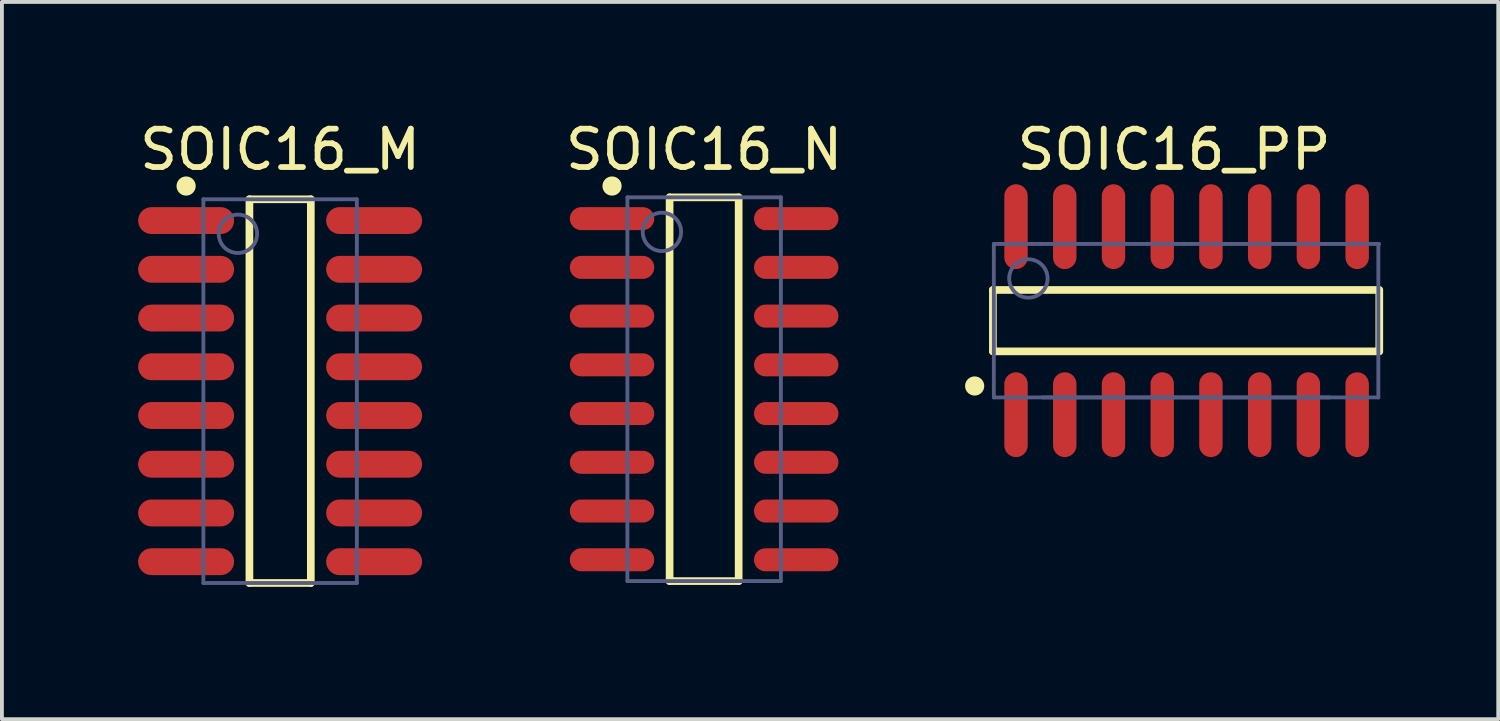
<source format=kicad_pcb>
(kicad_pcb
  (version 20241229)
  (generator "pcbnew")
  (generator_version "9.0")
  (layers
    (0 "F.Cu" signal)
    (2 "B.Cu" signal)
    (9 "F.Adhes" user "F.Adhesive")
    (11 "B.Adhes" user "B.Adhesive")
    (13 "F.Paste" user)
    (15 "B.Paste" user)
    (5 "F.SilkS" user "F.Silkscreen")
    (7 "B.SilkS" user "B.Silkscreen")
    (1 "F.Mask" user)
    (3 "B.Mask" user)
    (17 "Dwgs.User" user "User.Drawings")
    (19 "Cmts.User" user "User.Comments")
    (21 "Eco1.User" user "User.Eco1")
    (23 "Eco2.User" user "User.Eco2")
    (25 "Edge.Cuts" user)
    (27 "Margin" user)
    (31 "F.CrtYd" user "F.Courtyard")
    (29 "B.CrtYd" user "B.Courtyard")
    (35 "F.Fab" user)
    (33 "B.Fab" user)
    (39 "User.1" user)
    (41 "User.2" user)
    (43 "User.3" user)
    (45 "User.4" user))
  (footprint "SOIC16_M"
    (layer "F.Cu")
    (at 4.25 7.143)
    (property "Reference" "SOIC16_M" (at 0 -6.295 0) (layer "F.SilkS") (effects (font (size 1 1) (thickness 0.15))))
    (fp_line (start -0.8 -5) (end 0.8 -5) (stroke (width 0.2) (type solid)) (layer "F.SilkS"))
    (fp_line (start -0.8 5) (end -0.8 -5) (stroke (width 0.2) (type solid)) (layer "F.SilkS"))
    (fp_line (start -0.8 5) (end 0.8 5) (stroke (width 0.2) (type solid)) (layer "F.SilkS"))
    (fp_line (start 0.8 5) (end 0.8 -5) (stroke (width 0.2) (type solid)) (layer "F.SilkS"))
    (fp_circle (center -2.45 -5.345) (end -2.45 -5.47) (stroke (width 0.25) (type solid)) (fill no) (layer "F.SilkS"))
    (fp_line (start -4.2 -5.5) (end 4.2 -5.5) (stroke (width 0.1) (type solid)) (layer "Eco2.User"))
    (fp_line (start -4.2 5.5) (end -4.2 -5.5) (stroke (width 0.1) (type solid)) (layer "Eco2.User"))
    (fp_line (start -4.2 5.5) (end 4.2 5.5) (stroke (width 0.1) (type solid)) (layer "Eco2.User"))
    (fp_line (start -0.5 0) (end 0.5 0) (stroke (width 0.1) (type solid)) (layer "Eco2.User"))
    (fp_line (start 0 0.5) (end 0 -0.5) (stroke (width 0.1) (type solid)) (layer "Eco2.User"))
    (fp_line (start 4.2 5.5) (end 4.2 -5.5) (stroke (width 0.1) (type solid)) (layer "Eco2.User"))
    (fp_line (start -2 -5) (end 2 -5) (stroke (width 0.1) (type solid)) (layer "B.Fab"))
    (fp_line (start -2 5) (end -2 -5) (stroke (width 0.1) (type solid)) (layer "B.Fab"))
    (fp_line (start -2 5) (end 2 5) (stroke (width 0.1) (type solid)) (layer "B.Fab"))
    (fp_line (start 2 5) (end 2 -5) (stroke (width 0.1) (type solid)) (layer "B.Fab"))
    (fp_circle (center -1.1 -4.1) (end -1.1 -4.6) (stroke (width 0.1) (type solid)) (fill no) (layer "B.Fab"))
    (pad "1" smd oval (at -2.45 -4.445 90) (size 0.7 2.5) (layers "F.Cu" "F.Mask" "F.Paste"))
    (pad "2" smd oval (at -2.45 -3.175 90) (size 0.7 2.5) (layers "F.Cu" "F.Mask" "F.Paste"))
    (pad "3" smd oval (at -2.45 -1.905 90) (size 0.7 2.5) (layers "F.Cu" "F.Mask" "F.Paste"))
    (pad "4" smd oval (at -2.45 -0.635 90) (size 0.7 2.5) (layers "F.Cu" "F.Mask" "F.Paste"))
    (pad "5" smd oval (at -2.45 0.635 90) (size 0.7 2.5) (layers "F.Cu" "F.Mask" "F.Paste"))
    (pad "6" smd oval (at -2.45 1.905 90) (size 0.7 2.5) (layers "F.Cu" "F.Mask" "F.Paste"))
    (pad "7" smd oval (at -2.45 3.175 90) (size 0.7 2.5) (layers "F.Cu" "F.Mask" "F.Paste"))
    (pad "8" smd oval (at -2.45 4.445 90) (size 0.7 2.5) (layers "F.Cu" "F.Mask" "F.Paste"))
    (pad "9" smd oval (at 2.45 4.445 90) (size 0.7 2.5) (layers "F.Cu" "F.Mask" "F.Paste"))
    (pad "10" smd oval (at 2.45 3.175 90) (size 0.7 2.5) (layers "F.Cu" "F.Mask" "F.Paste"))
    (pad "11" smd oval (at 2.45 1.905 90) (size 0.7 2.5) (layers "F.Cu" "F.Mask" "F.Paste"))
    (pad "12" smd oval (at 2.45 0.635 90) (size 0.7 2.5) (layers "F.Cu" "F.Mask" "F.Paste"))
    (pad "13" smd oval (at 2.45 -0.635 90) (size 0.7 2.5) (layers "F.Cu" "F.Mask" "F.Paste"))
    (pad "14" smd oval (at 2.45 -1.905 90) (size 0.7 2.5) (layers "F.Cu" "F.Mask" "F.Paste"))
    (pad "15" smd oval (at 2.45 -3.175 90) (size 0.7 2.5) (layers "F.Cu" "F.Mask" "F.Paste"))
    (pad "16" smd oval (at 2.45 -4.445 90) (size 0.7 2.5) (layers "F.Cu" "F.Mask" "F.Paste")))
  (footprint "SOIC16_PP"
    (layer "F.Cu")
    (at 27.047 5.231)
    (property "Reference" "SOIC16_PP" (at 0.5 -4.383 0) (layer "F.SilkS") (effects (font (size 1 1) (thickness 0.15))))
    (fp_line (start -4.222 -0.724) (end 5.842 -0.724) (stroke (width 0.2) (type solid)) (layer "F.SilkS"))
    (fp_line (start -4.222 0.876) (end -4.222 -0.724) (stroke (width 0.2) (type solid)) (layer "F.SilkS"))
    (fp_line (start -4.222 0.876) (end 5.842 0.876) (stroke (width 0.2) (type solid)) (layer "F.SilkS"))
    (fp_line (start 5.848 0.876) (end 5.848 -0.724) (stroke (width 0.2) (type solid)) (layer "F.SilkS"))
    (fp_circle (center -4.697 1.778) (end -4.697 1.653) (stroke (width 0.25) (type solid)) (fill no) (layer "F.SilkS"))
    (fp_rect (start -3.226 -3.683) (end -4.013 -2.286) (stroke (width 0) (type default)) (fill yes) (layer "F.Paste"))
    (fp_rect (start -3.226 2.413) (end -4.013 3.81) (stroke (width 0) (type default)) (fill yes) (layer "F.Paste"))
    (fp_rect (start -1.956 -3.683) (end -2.743 -2.286) (stroke (width 0) (type default)) (fill yes) (layer "F.Paste"))
    (fp_rect (start -1.956 2.413) (end -2.743 3.81) (stroke (width 0) (type default)) (fill yes) (layer "F.Paste"))
    (fp_rect (start -0.686 -3.683) (end -1.473 -2.286) (stroke (width 0) (type default)) (fill yes) (layer "F.Paste"))
    (fp_rect (start -0.686 2.413) (end -1.473 3.81) (stroke (width 0) (type default)) (fill yes) (layer "F.Paste"))
    (fp_rect (start 0.584 -3.683) (end -0.203 -2.286) (stroke (width 0) (type default)) (fill yes) (layer "F.Paste"))
    (fp_rect (start 0.584 2.413) (end -0.203 3.81) (stroke (width 0) (type default)) (fill yes) (layer "F.Paste"))
    (fp_rect (start 1.854 -3.683) (end 1.067 -2.286) (stroke (width 0) (type default)) (fill yes) (layer "F.Paste"))
    (fp_rect (start 1.854 2.413) (end 1.067 3.81) (stroke (width 0) (type default)) (fill yes) (layer "F.Paste"))
    (fp_rect (start 3.124 -3.683) (end 2.337 -2.286) (stroke (width 0) (type default)) (fill yes) (layer "F.Paste"))
    (fp_rect (start 3.124 2.413) (end 2.337 3.81) (stroke (width 0) (type default)) (fill yes) (layer "F.Paste"))
    (fp_rect (start 4.394 -3.683) (end 3.607 -2.286) (stroke (width 0) (type default)) (fill yes) (layer "F.Paste"))
    (fp_rect (start 4.394 2.413) (end 3.607 3.81) (stroke (width 0) (type default)) (fill yes) (layer "F.Paste"))
    (fp_rect (start 5.664 -3.683) (end 4.877 -2.286) (stroke (width 0) (type default)) (fill yes) (layer "F.Paste"))
    (fp_rect (start 5.664 2.413) (end 4.877 3.81) (stroke (width 0) (type default)) (fill yes) (layer "F.Paste"))
    (fp_line (start -0.322 0.076) (end 0.678 0.076) (stroke (width 0.1) (type solid)) (layer "Eco2.User"))
    (fp_line (start 0.178 0.576) (end 0.178 -0.424) (stroke (width 0.1) (type solid)) (layer "Eco2.User"))
    (fp_line (start -4.197 -1.924) (end 5.842 -1.924) (stroke (width 0.1) (type solid)) (layer "B.Fab"))
    (fp_line (start -4.197 2.076) (end -4.197 -1.924) (stroke (width 0.1) (type solid)) (layer "B.Fab"))
    (fp_line (start -4.197 2.076) (end 4.553 2.076) (stroke (width 0.1) (type solid)) (layer "B.Fab"))
    (fp_line (start -2.927 2.076) (end 5.823 2.076) (stroke (width 0.1) (type solid)) (layer "B.Fab"))
    (fp_line (start 5.823 2.076) (end 5.823 -1.924) (stroke (width 0.1) (type solid)) (layer "B.Fab"))
    (fp_circle (center -3.297 -1.024) (end -3.297 -1.524) (stroke (width 0.1) (type solid)) (fill no) (layer "B.Fab"))
    (pad "1" smd oval (at -3.619 2.526 180) (size 0.61 2.21) (layers "F.Cu" "F.Mask" "F.Paste"))
    (pad "2" smd oval (at -2.349 2.526 180) (size 0.61 2.21) (layers "F.Cu" "F.Mask" "F.Paste"))
    (pad "3" smd oval (at -1.079 2.526 180) (size 0.61 2.21) (layers "F.Cu" "F.Mask" "F.Paste"))
    (pad "4" smd oval (at 0.191 2.526 180) (size 0.61 2.21) (layers "F.Cu" "F.Mask" "F.Paste"))
    (pad "5" smd oval (at 1.46 2.526 180) (size 0.61 2.21) (layers "F.Cu" "F.Mask" "F.Paste"))
    (pad "6" smd oval (at 2.731 2.526 180) (size 0.61 2.21) (layers "F.Cu" "F.Mask" "F.Paste"))
    (pad "7" smd oval (at 4 2.526 180) (size 0.61 2.21) (layers "F.Cu" "F.Mask" "F.Paste"))
    (pad "8" smd oval (at 5.271 2.526 180) (size 0.61 2.21) (layers "F.Cu" "F.Mask" "F.Paste"))
    (pad "9" smd oval (at 5.271 -2.374 180) (size 0.61 2.21) (layers "F.Cu" "F.Mask" "F.Paste"))
    (pad "10" smd oval (at 4 -2.374 180) (size 0.61 2.21) (layers "F.Cu" "F.Mask" "F.Paste"))
    (pad "11" smd oval (at 2.731 -2.374 180) (size 0.61 2.21) (layers "F.Cu" "F.Mask" "F.Paste"))
    (pad "12" smd oval (at 1.46 -2.374 180) (size 0.61 2.21) (layers "F.Cu" "F.Mask" "F.Paste"))
    (pad "13" smd oval (at 0.191 -2.374 180) (size 0.61 2.21) (layers "F.Cu" "F.Mask" "F.Paste"))
    (pad "14" smd oval (at -1.079 -2.374 180) (size 0.61 2.21) (layers "F.Cu" "F.Mask" "F.Paste"))
    (pad "15" smd oval (at -2.349 -2.374 180) (size 0.61 2.21) (layers "F.Cu" "F.Mask" "F.Paste"))
    (pad "16" smd oval (at -3.619 -2.374 180) (size 0.61 2.21) (layers "F.Cu" "F.Mask" "F.Paste")))
  (footprint "SOIC16_N"
    (layer "F.Cu")
    (at 15.3 7.093)
    (property "Reference" "SOIC16_N" (at 0 -6.245 0) (layer "F.SilkS") (effects (font (size 1 1) (thickness 0.15))))
    (fp_line (start -0.9 -5) (end 0.9 -5) (stroke (width 0.2) (type solid)) (layer "F.SilkS"))
    (fp_line (start -0.9 5) (end -0.9 -5) (stroke (width 0.2) (type solid)) (layer "F.SilkS"))
    (fp_line (start -0.9 5) (end 0.9 5) (stroke (width 0.2) (type solid)) (layer "F.SilkS"))
    (fp_line (start 0.9 5) (end 0.9 -5) (stroke (width 0.2) (type solid)) (layer "F.SilkS"))
    (fp_circle (center -2.4 -5.295) (end -2.4 -5.42) (stroke (width 0.25) (type solid)) (fill no) (layer "F.SilkS"))
    (fp_line (start -3.75 -5.25) (end 3.75 -5.25) (stroke (width 0.1) (type solid)) (layer "Eco2.User"))
    (fp_line (start -3.75 5.25) (end -3.75 -5.25) (stroke (width 0.1) (type solid)) (layer "Eco2.User"))
    (fp_line (start -3.75 5.25) (end 3.75 5.25) (stroke (width 0.1) (type solid)) (layer "Eco2.User"))
    (fp_line (start -0.5 0) (end 0.5 0) (stroke (width 0.1) (type solid)) (layer "Eco2.User"))
    (fp_line (start 0 0.5) (end 0 -0.5) (stroke (width 0.1) (type solid)) (layer "Eco2.User"))
    (fp_line (start 3.75 5.25) (end 3.75 -5.25) (stroke (width 0.1) (type solid)) (layer "Eco2.User"))
    (fp_line (start -2 -5) (end 2 -5) (stroke (width 0.1) (type solid)) (layer "B.Fab"))
    (fp_line (start -2 5) (end -2 -5) (stroke (width 0.1) (type solid)) (layer "B.Fab"))
    (fp_line (start -2 5) (end 2 5) (stroke (width 0.1) (type solid)) (layer "B.Fab"))
    (fp_line (start 2 5) (end 2 -5) (stroke (width 0.1) (type solid)) (layer "B.Fab"))
    (fp_circle (center -1.1 -4.1) (end -1.1 -4.6) (stroke (width 0.1) (type solid)) (fill no) (layer "B.Fab"))
    (pad "1" smd oval (at -2.4 -4.445 90) (size 0.6 2.2) (layers "F.Cu" "F.Mask" "F.Paste"))
    (pad "2" smd oval (at -2.4 -3.175 90) (size 0.6 2.2) (layers "F.Cu" "F.Mask" "F.Paste"))
    (pad "3" smd oval (at -2.4 -1.905 90) (size 0.6 2.2) (layers "F.Cu" "F.Mask" "F.Paste"))
    (pad "4" smd oval (at -2.4 -0.635 90) (size 0.6 2.2) (layers "F.Cu" "F.Mask" "F.Paste"))
    (pad "5" smd oval (at -2.4 0.635 90) (size 0.6 2.2) (layers "F.Cu" "F.Mask" "F.Paste"))
    (pad "6" smd oval (at -2.4 1.905 90) (size 0.6 2.2) (layers "F.Cu" "F.Mask" "F.Paste"))
    (pad "7" smd oval (at -2.4 3.175 90) (size 0.6 2.2) (layers "F.Cu" "F.Mask" "F.Paste"))
    (pad "8" smd oval (at -2.4 4.445 90) (size 0.6 2.2) (layers "F.Cu" "F.Mask" "F.Paste"))
    (pad "9" smd oval (at 2.4 4.445 90) (size 0.6 2.2) (layers "F.Cu" "F.Mask" "F.Paste"))
    (pad "10" smd oval (at 2.4 3.175 90) (size 0.6 2.2) (layers "F.Cu" "F.Mask" "F.Paste"))
    (pad "11" smd oval (at 2.4 1.905 90) (size 0.6 2.2) (layers "F.Cu" "F.Mask" "F.Paste"))
    (pad "12" smd oval (at 2.4 0.635 90) (size 0.6 2.2) (layers "F.Cu" "F.Mask" "F.Paste"))
    (pad "13" smd oval (at 2.4 -0.635 90) (size 0.6 2.2) (layers "F.Cu" "F.Mask" "F.Paste"))
    (pad "14" smd oval (at 2.4 -1.905 90) (size 0.6 2.2) (layers "F.Cu" "F.Mask" "F.Paste"))
    (pad "15" smd oval (at 2.4 -3.175 90) (size 0.6 2.2) (layers "F.Cu" "F.Mask" "F.Paste"))
    (pad "16" smd oval (at 2.4 -4.445 90) (size 0.6 2.2) (layers "F.Cu" "F.Mask" "F.Paste")))
  (gr_rect
    (start -3 -3)
    (end 35.995 15.693)
    (stroke (width 0.1) (type default))
    (fill no)
    (layer "Edge.Cuts")))
</source>
